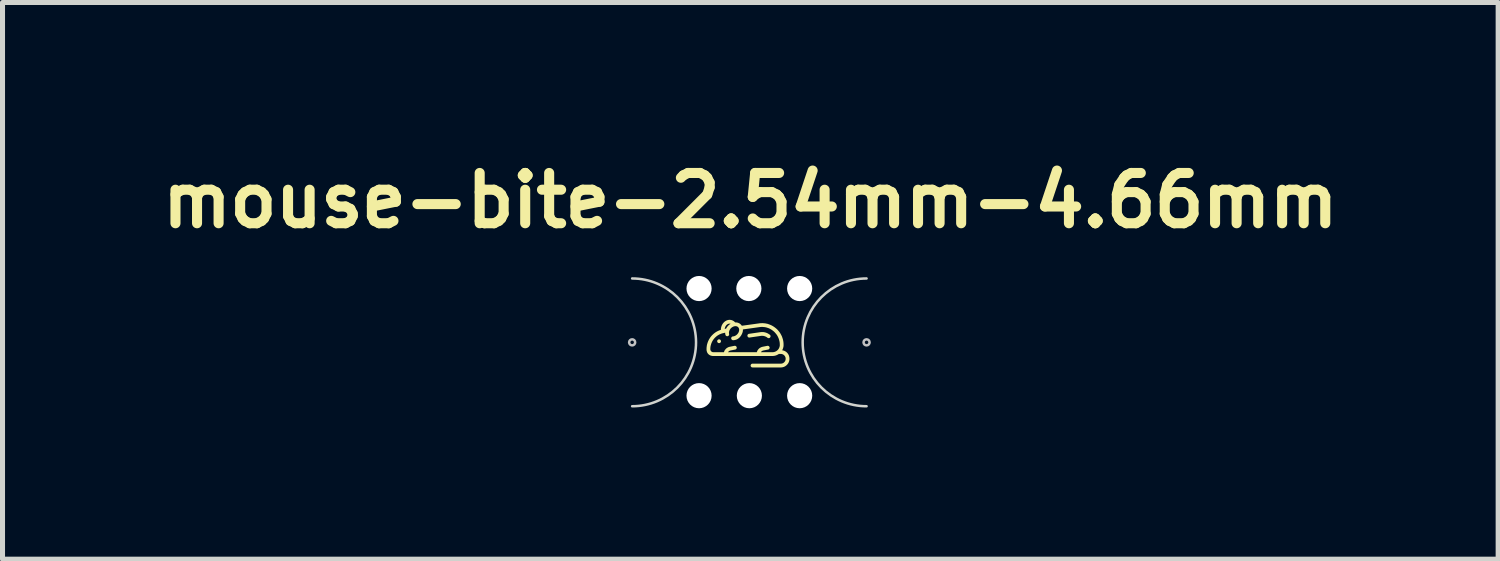
<source format=kicad_pcb>
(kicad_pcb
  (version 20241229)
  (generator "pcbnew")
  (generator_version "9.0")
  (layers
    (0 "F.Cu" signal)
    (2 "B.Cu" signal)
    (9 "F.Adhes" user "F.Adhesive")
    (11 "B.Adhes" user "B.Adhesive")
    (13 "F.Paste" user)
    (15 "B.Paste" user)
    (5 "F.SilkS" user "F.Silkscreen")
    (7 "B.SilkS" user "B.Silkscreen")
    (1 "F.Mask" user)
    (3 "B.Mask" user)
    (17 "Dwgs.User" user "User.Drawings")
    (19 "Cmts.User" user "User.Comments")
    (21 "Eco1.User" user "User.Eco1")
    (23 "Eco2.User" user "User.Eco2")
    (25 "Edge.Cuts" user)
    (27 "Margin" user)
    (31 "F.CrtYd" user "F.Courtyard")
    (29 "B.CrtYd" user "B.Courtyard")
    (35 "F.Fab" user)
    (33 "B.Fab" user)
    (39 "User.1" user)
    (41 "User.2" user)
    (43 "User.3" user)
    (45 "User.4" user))
  (footprint "mouse-bite-2.54mm-4.66mm"
    (layer "F.Cu")
    (at 11.847 3.756)
    (property "Reference" "mouse-bite-2.54mm-4.66mm" (at 0.02 -2.82 0) (layer "F.SilkS") (effects (font (size 1 1) (thickness 0.2))))
    (attr through_hole)
    (fp_poly (pts (xy -0.6 -0.06) (xy -0.598 -0.06) (xy -0.596 -0.06) (xy -0.594 -0.059) (xy -0.593 -0.059) (xy -0.591 -0.058) (xy -0.589 -0.058) (xy -0.587 -0.057) (xy -0.586 -0.056) (xy -0.584 -0.056) (xy -0.582 -0.055) (xy -0.581 -0.054) (xy -0.579 -0.053) (xy -0.578 -0.051) (xy -0.577 -0.05) (xy -0.575 -0.049) (xy -0.574 -0.048) (xy -0.573 -0.046) (xy -0.572 -0.045) (xy -0.571 -0.043) (xy -0.57 -0.042) (xy -0.569 -0.04) (xy -0.568 -0.039) (xy -0.567 -0.037) (xy -0.567 -0.035) (xy -0.566 -0.034) (xy -0.566 -0.032) (xy -0.565 -0.03) (xy -0.565 -0.028) (xy -0.565 -0.026) (xy -0.564 -0.024) (xy -0.564 -0.022) (xy -0.564 -0.021) (xy -0.565 -0.019) (xy -0.565 -0.017) (xy -0.565 -0.015) (xy -0.566 -0.013) (xy -0.566 -0.011) (xy -0.567 -0.01) (xy -0.567 -0.008) (xy -0.568 -0.006) (xy -0.569 -0.005) (xy -0.57 -0.003) (xy -0.571 -0.001) (xy -0.572 0.000034) (xy -0.573 0.001) (xy -0.574 0.003) (xy -0.575 0.004) (xy -0.577 0.005) (xy -0.578 0.007) (xy -0.579 0.008) (xy -0.581 0.009) (xy -0.582 0.01) (xy -0.584 0.011) (xy -0.586 0.011) (xy -0.587 0.012) (xy -0.589 0.013) (xy -0.591 0.013) (xy -0.593 0.014) (xy -0.594 0.014) (xy -0.596 0.015) (xy -0.598 0.015) (xy -0.6 0.015) (xy -0.602 0.015) (xy -0.604 0.015) (xy -0.606 0.015) (xy -0.608 0.015) (xy -0.61 0.014) (xy -0.611 0.014) (xy -0.613 0.013) (xy -0.615 0.013) (xy -0.617 0.012) (xy -0.618 0.011) (xy -0.62 0.011) (xy -0.621 0.01) (xy -0.623 0.009) (xy -0.624 0.008) (xy -0.626 0.007) (xy -0.627 0.005) (xy -0.629 0.004) (xy -0.63 0.003) (xy -0.631 0.001) (xy -0.632 0.000034) (xy -0.633 -0.001) (xy -0.634 -0.003) (xy -0.635 -0.005) (xy -0.636 -0.006) (xy -0.637 -0.008) (xy -0.637 -0.01) (xy -0.638 -0.011) (xy -0.638 -0.013) (xy -0.639 -0.015) (xy -0.639 -0.017) (xy -0.639 -0.019) (xy -0.639 -0.021) (xy -0.64 -0.022) (xy -0.639 -0.024) (xy -0.639 -0.026) (xy -0.639 -0.028) (xy -0.639 -0.03) (xy -0.638 -0.032) (xy -0.638 -0.034) (xy -0.637 -0.035) (xy -0.637 -0.037) (xy -0.636 -0.039) (xy -0.635 -0.04) (xy -0.634 -0.042) (xy -0.633 -0.043) (xy -0.632 -0.045) (xy -0.631 -0.046) (xy -0.63 -0.048) (xy -0.629 -0.049) (xy -0.627 -0.05) (xy -0.626 -0.051) (xy -0.624 -0.053) (xy -0.623 -0.054) (xy -0.621 -0.055) (xy -0.62 -0.056) (xy -0.618 -0.056) (xy -0.617 -0.057) (xy -0.615 -0.058) (xy -0.613 -0.058) (xy -0.611 -0.059) (xy -0.61 -0.059) (xy -0.608 -0.06) (xy -0.606 -0.06) (xy -0.604 -0.06) (xy -0.602 -0.06)) (stroke (width -0.000001) (type solid)) (fill yes) (layer "F.SilkS"))
    (fp_poly (pts (xy 0.258 -0.205) (xy 0.266 -0.205) (xy 0.273 -0.204) (xy 0.28 -0.204) (xy 0.286 -0.203) (xy 0.293 -0.202) (xy 0.3 -0.201) (xy 0.307 -0.199) (xy 0.313 -0.198) (xy 0.32 -0.196) (xy 0.326 -0.194) (xy 0.332 -0.192) (xy 0.337 -0.19) (xy 0.343 -0.188) (xy 0.348 -0.186) (xy 0.353 -0.184) (xy 0.358 -0.181) (xy 0.364 -0.179) (xy 0.369 -0.176) (xy 0.374 -0.173) (xy 0.379 -0.17) (xy 0.384 -0.167) (xy 0.388 -0.164) (xy 0.393 -0.161) (xy 0.398 -0.158) (xy 0.403 -0.154) (xy 0.407 -0.151) (xy 0.409 -0.15) (xy 0.41 -0.148) (xy 0.411 -0.147) (xy 0.413 -0.146) (xy 0.414 -0.144) (xy 0.415 -0.143) (xy 0.416 -0.141) (xy 0.417 -0.139) (xy 0.418 -0.138) (xy 0.418 -0.136) (xy 0.419 -0.134) (xy 0.42 -0.133) (xy 0.42 -0.131) (xy 0.421 -0.129) (xy 0.421 -0.128) (xy 0.421 -0.126) (xy 0.421 -0.124) (xy 0.421 -0.122) (xy 0.421 -0.12) (xy 0.421 -0.119) (xy 0.421 -0.117) (xy 0.421 -0.115) (xy 0.42 -0.113) (xy 0.42 -0.111) (xy 0.419 -0.11) (xy 0.419 -0.108) (xy 0.418 -0.106) (xy 0.417 -0.104) (xy 0.416 -0.103) (xy 0.415 -0.101) (xy 0.414 -0.1) (xy 0.413 -0.098) (xy 0.412 -0.096) (xy 0.41 -0.095) (xy 0.409 -0.093) (xy 0.407 -0.092) (xy 0.405 -0.091) (xy 0.404 -0.089) (xy 0.402 -0.088) (xy 0.4 -0.087) (xy 0.398 -0.087) (xy 0.396 -0.086) (xy 0.394 -0.085) (xy 0.392 -0.085) (xy 0.39 -0.084) (xy 0.388 -0.084) (xy 0.386 -0.084) (xy 0.384 -0.084) (xy 0.382 -0.084) (xy 0.38 -0.084) (xy 0.378 -0.084) (xy 0.376 -0.084) (xy 0.375 -0.085) (xy 0.373 -0.085) (xy 0.372 -0.085) (xy 0.37 -0.086) (xy 0.369 -0.086) (xy 0.368 -0.087) (xy 0.366 -0.088) (xy 0.365 -0.088) (xy 0.364 -0.089) (xy 0.363 -0.09) (xy 0.362 -0.091) (xy 0.36 -0.092) (xy 0.357 -0.094) (xy 0.354 -0.097) (xy 0.35 -0.099) (xy 0.347 -0.101) (xy 0.344 -0.104) (xy 0.34 -0.106) (xy 0.337 -0.108) (xy 0.333 -0.11) (xy 0.33 -0.111) (xy 0.326 -0.113) (xy 0.322 -0.115) (xy 0.319 -0.117) (xy 0.315 -0.118) (xy 0.311 -0.12) (xy 0.307 -0.121) (xy 0.303 -0.122) (xy 0.3 -0.123) (xy 0.297 -0.124) (xy 0.294 -0.125) (xy 0.291 -0.126) (xy 0.285 -0.127) (xy 0.279 -0.128) (xy 0.273 -0.129) (xy 0.266 -0.129) (xy 0.259 -0.13) (xy 0.253 -0.13) (xy 0.247 -0.13) (xy 0.242 -0.13) (xy 0.239 -0.129) (xy 0.236 -0.129) (xy 0.233 -0.129) (xy 0.231 -0.129) (xy 0.225 -0.128) (xy 0.004 -0.096) (xy 0.002 -0.096) (xy 0.00042 -0.095) (xy -0.001 -0.095) (xy -0.003 -0.095) (xy -0.005 -0.096) (xy -0.007 -0.096) (xy -0.009 -0.096) (xy -0.011 -0.097) (xy -0.012 -0.097) (xy -0.014 -0.098) (xy -0.016 -0.098) (xy -0.017 -0.099) (xy -0.019 -0.1) (xy -0.021 -0.101) (xy -0.022 -0.102) (xy -0.024 -0.103) (xy -0.025 -0.104) (xy -0.026 -0.105) (xy -0.028 -0.106) (xy -0.029 -0.108) (xy -0.03 -0.109) (xy -0.031 -0.111) (xy -0.032 -0.112) (xy -0.033 -0.114) (xy -0.034 -0.115) (xy -0.035 -0.117) (xy -0.036 -0.119) (xy -0.037 -0.12) (xy -0.037 -0.122) (xy -0.038 -0.124) (xy -0.038 -0.126) (xy -0.038 -0.128) (xy -0.039 -0.13) (xy -0.039 -0.131) (xy -0.039 -0.133) (xy -0.039 -0.135) (xy -0.039 -0.137) (xy -0.038 -0.139) (xy -0.038 -0.141) (xy -0.038 -0.143) (xy -0.037 -0.144) (xy -0.036 -0.146) (xy -0.036 -0.148) (xy -0.035 -0.149) (xy -0.034 -0.151) (xy -0.033 -0.153) (xy -0.032 -0.154) (xy -0.031 -0.156) (xy -0.03 -0.157) (xy -0.029 -0.158) (xy -0.028 -0.16) (xy -0.026 -0.161) (xy -0.025 -0.162) (xy -0.024 -0.163) (xy -0.022 -0.164) (xy -0.021 -0.165) (xy -0.019 -0.166) (xy -0.017 -0.167) (xy -0.016 -0.168) (xy -0.014 -0.168) (xy -0.012 -0.169) (xy -0.01 -0.17) (xy -0.008 -0.17) (xy -0.006 -0.17) (xy 0.215 -0.202) (xy 0.222 -0.203) (xy 0.23 -0.204) (xy 0.237 -0.205) (xy 0.244 -0.205) (xy 0.251 -0.205)) (stroke (width -0.000001) (type solid)) (fill yes) (layer "F.SilkS"))
    (fp_poly (pts (xy -0.38 -0.447) (xy -0.372 -0.446) (xy -0.365 -0.445) (xy -0.359 -0.444) (xy -0.353 -0.442) (xy -0.347 -0.44) (xy -0.341 -0.438) (xy -0.335 -0.435) (xy -0.329 -0.433) (xy -0.323 -0.43) (xy -0.318 -0.426) (xy -0.312 -0.423) (xy -0.307 -0.419) (xy -0.302 -0.415) (xy -0.297 -0.411) (xy -0.292 -0.407) (xy -0.287 -0.402) (xy -0.283 -0.397) (xy -0.276 -0.397) (xy -0.27 -0.397) (xy -0.264 -0.397) (xy -0.258 -0.396) (xy -0.252 -0.395) (xy -0.246 -0.394) (xy -0.24 -0.393) (xy -0.234 -0.392) (xy -0.228 -0.39) (xy -0.222 -0.388) (xy -0.217 -0.386) (xy -0.211 -0.383) (xy -0.206 -0.381) (xy -0.2 -0.378) (xy -0.195 -0.375) (xy -0.19 -0.372) (xy -0.187 -0.369) (xy -0.184 -0.367) (xy -0.181 -0.365) (xy -0.179 -0.363) (xy -0.176 -0.36) (xy -0.173 -0.358) (xy -0.17 -0.355) (xy -0.168 -0.353) (xy -0.165 -0.35) (xy -0.163 -0.347) (xy -0.161 -0.344) (xy -0.158 -0.342) (xy -0.156 -0.339) (xy -0.154 -0.336) (xy -0.152 -0.333) (xy -0.15 -0.33) (xy 0.191 -0.377) (xy 0.203 -0.379) (xy 0.215 -0.38) (xy 0.227 -0.381) (xy 0.239 -0.381) (xy 0.251 -0.382) (xy 0.263 -0.382) (xy 0.275 -0.381) (xy 0.287 -0.38) (xy 0.299 -0.379) (xy 0.311 -0.378) (xy 0.323 -0.376) (xy 0.335 -0.374) (xy 0.346 -0.371) (xy 0.358 -0.369) (xy 0.369 -0.366) (xy 0.38 -0.362) (xy 0.413 -0.35) (xy 0.444 -0.336) (xy 0.474 -0.319) (xy 0.502 -0.3) (xy 0.529 -0.279) (xy 0.554 -0.257) (xy 0.576 -0.232) (xy 0.597 -0.206) (xy 0.616 -0.178) (xy 0.632 -0.149) (xy 0.647 -0.119) (xy 0.658 -0.087) (xy 0.668 -0.055) (xy 0.675 -0.021) (xy 0.679 0.013) (xy 0.68 0.048) (xy 0.68 0.056) (xy 0.68 0.063) (xy 0.679 0.07) (xy 0.679 0.077) (xy 0.678 0.084) (xy 0.676 0.091) (xy 0.675 0.098) (xy 0.673 0.105) (xy 0.671 0.112) (xy 0.669 0.119) (xy 0.667 0.125) (xy 0.664 0.132) (xy 0.661 0.138) (xy 0.659 0.145) (xy 0.655 0.151) (xy 0.652 0.157) (xy 0.667 0.16) (xy 0.682 0.164) (xy 0.696 0.169) (xy 0.709 0.176) (xy 0.716 0.179) (xy 0.722 0.183) (xy 0.728 0.187) (xy 0.734 0.191) (xy 0.739 0.196) (xy 0.745 0.201) (xy 0.75 0.206) (xy 0.755 0.211) (xy 0.76 0.217) (xy 0.764 0.223) (xy 0.768 0.229) (xy 0.772 0.235) (xy 0.776 0.241) (xy 0.78 0.248) (xy 0.783 0.255) (xy 0.786 0.262) (xy 0.788 0.269) (xy 0.79 0.277) (xy 0.792 0.285) (xy 0.794 0.293) (xy 0.795 0.301) (xy 0.796 0.309) (xy 0.796 0.318) (xy 0.797 0.327) (xy 0.796 0.336) (xy 0.796 0.344) (xy 0.795 0.353) (xy 0.793 0.361) (xy 0.791 0.37) (xy 0.789 0.378) (xy 0.786 0.386) (xy 0.783 0.394) (xy 0.78 0.401) (xy 0.776 0.409) (xy 0.772 0.416) (xy 0.767 0.423) (xy 0.762 0.429) (xy 0.757 0.436) (xy 0.752 0.442) (xy 0.746 0.448) (xy 0.74 0.454) (xy 0.734 0.459) (xy 0.727 0.464) (xy 0.721 0.469) (xy 0.714 0.474) (xy 0.707 0.478) (xy 0.699 0.482) (xy 0.692 0.485) (xy 0.684 0.488) (xy 0.676 0.491) (xy 0.668 0.493) (xy 0.659 0.495) (xy 0.651 0.497) (xy 0.642 0.498) (xy 0.634 0.498) (xy 0.625 0.499) (xy 0.063 0.499) (xy 0.061 0.498) (xy 0.059 0.498) (xy 0.057 0.498) (xy 0.055 0.498) (xy 0.053 0.497) (xy 0.052 0.497) (xy 0.05 0.496) (xy 0.048 0.496) (xy 0.046 0.495) (xy 0.045 0.494) (xy 0.043 0.493) (xy 0.042 0.492) (xy 0.04 0.491) (xy 0.039 0.49) (xy 0.038 0.489) (xy 0.036 0.488) (xy 0.035 0.486) (xy 0.034 0.485) (xy 0.033 0.483) (xy 0.032 0.482) (xy 0.031 0.48) (xy 0.03 0.479) (xy 0.029 0.477) (xy 0.028 0.476) (xy 0.027 0.474) (xy 0.027 0.472) (xy 0.026 0.47) (xy 0.026 0.469) (xy 0.026 0.467) (xy 0.025 0.465) (xy 0.025 0.463) (xy 0.025 0.461) (xy 0.025 0.459) (xy 0.025 0.457) (xy 0.026 0.455) (xy 0.026 0.453) (xy 0.026 0.452) (xy 0.027 0.45) (xy 0.027 0.448) (xy 0.028 0.446) (xy 0.029 0.445) (xy 0.03 0.443) (xy 0.031 0.441) (xy 0.032 0.44) (xy 0.033 0.438) (xy 0.034 0.437) (xy 0.035 0.436) (xy 0.036 0.434) (xy 0.038 0.433) (xy 0.039 0.432) (xy 0.04 0.431) (xy 0.042 0.43) (xy 0.043 0.429) (xy 0.045 0.428) (xy 0.046 0.427) (xy 0.048 0.426) (xy 0.05 0.426) (xy 0.052 0.425) (xy 0.053 0.425) (xy 0.055 0.424) (xy 0.057 0.424) (xy 0.059 0.424) (xy 0.061 0.423) (xy 0.063 0.423) (xy 0.625 0.423) (xy 0.63 0.423) (xy 0.635 0.423) (xy 0.64 0.422) (xy 0.644 0.421) (xy 0.649 0.42) (xy 0.654 0.419) (xy 0.658 0.417) (xy 0.662 0.416) (xy 0.667 0.414) (xy 0.671 0.412) (xy 0.675 0.409) (xy 0.679 0.407) (xy 0.683 0.404) (xy 0.686 0.401) (xy 0.69 0.398) (xy 0.693 0.395) (xy 0.696 0.392) (xy 0.699 0.388) (xy 0.702 0.384) (xy 0.705 0.381) (xy 0.708 0.377) (xy 0.71 0.373) (xy 0.712 0.369) (xy 0.714 0.364) (xy 0.716 0.36) (xy 0.717 0.355) (xy 0.719 0.351) (xy 0.72 0.346) (xy 0.72 0.341) (xy 0.721 0.337) (xy 0.721 0.332) (xy 0.722 0.327) (xy 0.721 0.322) (xy 0.721 0.317) (xy 0.72 0.312) (xy 0.72 0.307) (xy 0.719 0.303) (xy 0.717 0.298) (xy 0.716 0.293) (xy 0.714 0.289) (xy 0.712 0.285) (xy 0.71 0.281) (xy 0.708 0.277) (xy 0.705 0.273) (xy 0.702 0.269) (xy 0.699 0.265) (xy 0.696 0.262) (xy 0.693 0.258) (xy 0.69 0.255) (xy 0.686 0.252) (xy 0.683 0.249) (xy 0.679 0.247) (xy 0.675 0.244) (xy 0.671 0.242) (xy 0.667 0.24) (xy 0.662 0.238) (xy 0.658 0.236) (xy 0.654 0.234) (xy 0.649 0.233) (xy 0.644 0.232) (xy 0.64 0.231) (xy 0.635 0.23) (xy 0.63 0.23) (xy 0.625 0.23) (xy 0.587 0.23) (xy 0.58 0.235) (xy 0.573 0.239) (xy 0.565 0.243) (xy 0.558 0.247) (xy 0.55 0.251) (xy 0.543 0.254) (xy 0.535 0.257) (xy 0.527 0.26) (xy 0.518 0.263) (xy 0.51 0.265) (xy 0.502 0.267) (xy 0.493 0.268) (xy 0.484 0.27) (xy 0.476 0.27) (xy 0.467 0.271) (xy 0.458 0.271) (xy -0.715 0.271) (xy -0.729 0.271) (xy -0.736 0.27) (xy -0.743 0.269) (xy -0.749 0.268) (xy -0.756 0.266) (xy -0.762 0.265) (xy -0.768 0.263) (xy -0.774 0.26) (xy -0.78 0.258) (xy -0.786 0.255) (xy -0.791 0.252) (xy -0.797 0.248) (xy -0.802 0.245) (xy -0.807 0.241) (xy -0.811 0.237) (xy -0.816 0.232) (xy -0.82 0.228) (xy -0.824 0.223) (xy -0.828 0.218) (xy -0.832 0.212) (xy -0.835 0.207) (xy -0.838 0.201) (xy -0.841 0.194) (xy -0.843 0.188) (xy -0.845 0.181) (xy -0.847 0.174) (xy -0.849 0.167) (xy -0.85 0.159) (xy -0.851 0.151) (xy -0.851 0.143) (xy -0.851 0.135) (xy -0.776 0.135) (xy -0.776 0.138) (xy -0.776 0.141) (xy -0.776 0.144) (xy -0.775 0.147) (xy -0.774 0.15) (xy -0.773 0.153) (xy -0.773 0.156) (xy -0.771 0.159) (xy -0.77 0.162) (xy -0.769 0.164) (xy -0.767 0.167) (xy -0.766 0.169) (xy -0.764 0.172) (xy -0.762 0.174) (xy -0.76 0.176) (xy -0.758 0.178) (xy -0.756 0.18) (xy -0.754 0.182) (xy -0.752 0.184) (xy -0.749 0.186) (xy -0.747 0.187) (xy -0.744 0.189) (xy -0.742 0.19) (xy -0.739 0.191) (xy -0.736 0.192) (xy -0.733 0.193) (xy -0.73 0.194) (xy -0.728 0.195) (xy -0.725 0.195) (xy -0.721 0.196) (xy -0.718 0.196) (xy -0.715 0.196) (xy -0.505 0.196) (xy -0.502 0.186) (xy -0.499 0.177) (xy -0.495 0.167) (xy -0.49 0.158) (xy -0.484 0.15) (xy -0.478 0.142) (xy -0.471 0.134) (xy -0.464 0.126) (xy -0.457 0.12) (xy -0.448 0.113) (xy -0.44 0.108) (xy -0.431 0.103) (xy -0.422 0.098) (xy -0.412 0.094) (xy -0.402 0.091) (xy -0.391 0.088) (xy -0.296 0.069) (xy -0.294 0.069) (xy -0.292 0.069) (xy -0.29 0.069) (xy -0.288 0.069) (xy -0.287 0.069) (xy -0.285 0.069) (xy -0.283 0.069) (xy -0.281 0.069) (xy -0.279 0.07) (xy -0.277 0.07) (xy -0.276 0.071) (xy -0.274 0.072) (xy -0.272 0.072) (xy -0.271 0.073) (xy -0.269 0.074) (xy -0.268 0.075) (xy -0.266 0.076) (xy -0.265 0.077) (xy -0.263 0.078) (xy -0.262 0.08) (xy -0.261 0.081) (xy -0.26 0.082) (xy -0.259 0.084) (xy -0.257 0.085) (xy -0.256 0.087) (xy -0.256 0.088) (xy -0.255 0.09) (xy -0.254 0.092) (xy -0.253 0.093) (xy -0.253 0.095) (xy -0.252 0.097) (xy -0.252 0.099) (xy -0.251 0.101) (xy -0.251 0.103) (xy -0.251 0.105) (xy -0.251 0.106) (xy -0.251 0.108) (xy -0.251 0.11) (xy -0.251 0.112) (xy -0.252 0.114) (xy -0.252 0.116) (xy -0.253 0.117) (xy -0.253 0.119) (xy -0.254 0.121) (xy -0.255 0.122) (xy -0.255 0.124) (xy -0.256 0.126) (xy -0.257 0.127) (xy -0.258 0.129) (xy -0.259 0.13) (xy -0.261 0.131) (xy -0.262 0.133) (xy -0.263 0.134) (xy -0.264 0.135) (xy -0.266 0.136) (xy -0.267 0.137) (xy -0.269 0.138) (xy -0.271 0.139) (xy -0.272 0.14) (xy -0.274 0.141) (xy -0.276 0.142) (xy -0.277 0.142) (xy -0.279 0.143) (xy -0.281 0.143) (xy -0.377 0.162) (xy -0.38 0.163) (xy -0.384 0.164) (xy -0.388 0.165) (xy -0.391 0.167) (xy -0.395 0.168) (xy -0.398 0.17) (xy -0.401 0.172) (xy -0.404 0.174) (xy -0.407 0.177) (xy -0.41 0.179) (xy -0.413 0.182) (xy -0.416 0.184) (xy -0.418 0.187) (xy -0.42 0.19) (xy -0.423 0.193) (xy -0.425 0.196) (xy 0.148 0.196) (xy 0.151 0.186) (xy 0.155 0.177) (xy 0.159 0.167) (xy 0.164 0.158) (xy 0.17 0.15) (xy 0.176 0.142) (xy 0.182 0.134) (xy 0.19 0.126) (xy 0.197 0.12) (xy 0.205 0.113) (xy 0.214 0.108) (xy 0.223 0.103) (xy 0.232 0.098) (xy 0.242 0.094) (xy 0.252 0.091) (xy 0.262 0.088) (xy 0.358 0.069) (xy 0.36 0.069) (xy 0.362 0.069) (xy 0.364 0.069) (xy 0.365 0.069) (xy 0.367 0.069) (xy 0.369 0.069) (xy 0.371 0.069) (xy 0.373 0.069) (xy 0.375 0.07) (xy 0.376 0.07) (xy 0.378 0.071) (xy 0.38 0.072) (xy 0.381 0.072) (xy 0.383 0.073) (xy 0.385 0.074) (xy 0.386 0.075) (xy 0.388 0.076) (xy 0.389 0.077) (xy 0.39 0.078) (xy 0.392 0.08) (xy 0.393 0.081) (xy 0.394 0.082) (xy 0.395 0.084) (xy 0.396 0.085) (xy 0.397 0.087) (xy 0.398 0.088) (xy 0.399 0.09) (xy 0.4 0.092) (xy 0.401 0.093) (xy 0.401 0.095) (xy 0.402 0.097) (xy 0.402 0.099) (xy 0.402 0.101) (xy 0.403 0.103) (xy 0.403 0.105) (xy 0.403 0.106) (xy 0.403 0.108) (xy 0.403 0.11) (xy 0.402 0.112) (xy 0.402 0.114) (xy 0.402 0.116) (xy 0.401 0.117) (xy 0.401 0.119) (xy 0.4 0.121) (xy 0.399 0.122) (xy 0.398 0.124) (xy 0.397 0.126) (xy 0.397 0.127) (xy 0.395 0.129) (xy 0.394 0.13) (xy 0.393 0.131) (xy 0.392 0.133) (xy 0.391 0.134) (xy 0.389 0.135) (xy 0.388 0.136) (xy 0.386 0.137) (xy 0.385 0.138) (xy 0.383 0.139) (xy 0.382 0.14) (xy 0.38 0.141) (xy 0.378 0.142) (xy 0.376 0.142) (xy 0.375 0.143) (xy 0.373 0.143) (xy 0.277 0.162) (xy 0.273 0.163) (xy 0.27 0.164) (xy 0.266 0.165) (xy 0.263 0.167) (xy 0.259 0.168) (xy 0.256 0.17) (xy 0.252 0.172) (xy 0.249 0.174) (xy 0.246 0.177) (xy 0.243 0.179) (xy 0.241 0.182) (xy 0.238 0.184) (xy 0.236 0.187) (xy 0.233 0.19) (xy 0.231 0.193) (xy 0.229 0.196) (xy 0.458 0.196) (xy 0.465 0.196) (xy 0.473 0.195) (xy 0.48 0.194) (xy 0.488 0.193) (xy 0.495 0.191) (xy 0.502 0.189) (xy 0.508 0.187) (xy 0.515 0.184) (xy 0.522 0.182) (xy 0.528 0.178) (xy 0.534 0.175) (xy 0.54 0.171) (xy 0.546 0.167) (xy 0.552 0.162) (xy 0.557 0.158) (xy 0.562 0.153) (xy 0.567 0.148) (xy 0.572 0.142) (xy 0.576 0.137) (xy 0.58 0.131) (xy 0.584 0.125) (xy 0.588 0.119) (xy 0.591 0.112) (xy 0.594 0.106) (xy 0.596 0.099) (xy 0.599 0.092) (xy 0.601 0.085) (xy 0.602 0.078) (xy 0.604 0.071) (xy 0.605 0.064) (xy 0.605 0.056) (xy 0.605 0.048) (xy 0.605 0.034) (xy 0.604 0.02) (xy 0.603 0.005) (xy 0.601 -0.009) (xy 0.598 -0.023) (xy 0.595 -0.036) (xy 0.591 -0.05) (xy 0.587 -0.063) (xy 0.583 -0.076) (xy 0.577 -0.089) (xy 0.572 -0.102) (xy 0.566 -0.114) (xy 0.559 -0.127) (xy 0.552 -0.139) (xy 0.545 -0.15) (xy 0.537 -0.161) (xy 0.528 -0.172) (xy 0.519 -0.183) (xy 0.51 -0.193) (xy 0.501 -0.203) (xy 0.491 -0.213) (xy 0.48 -0.222) (xy 0.469 -0.231) (xy 0.458 -0.239) (xy 0.447 -0.247) (xy 0.435 -0.255) (xy 0.423 -0.262) (xy 0.41 -0.269) (xy 0.398 -0.275) (xy 0.384 -0.281) (xy 0.371 -0.286) (xy 0.357 -0.29) (xy 0.348 -0.293) (xy 0.339 -0.296) (xy 0.329 -0.298) (xy 0.32 -0.3) (xy 0.31 -0.302) (xy 0.301 -0.303) (xy 0.291 -0.304) (xy 0.281 -0.305) (xy 0.271 -0.306) (xy 0.261 -0.306) (xy 0.251 -0.306) (xy 0.241 -0.306) (xy 0.231 -0.306) (xy 0.221 -0.305) (xy 0.211 -0.304) (xy 0.201 -0.303) (xy -0.128 -0.257) (xy -0.128 -0.248) (xy -0.128 -0.24) (xy -0.129 -0.232) (xy -0.13 -0.223) (xy -0.131 -0.215) (xy -0.133 -0.207) (xy -0.136 -0.198) (xy -0.138 -0.19) (xy -0.141 -0.182) (xy -0.145 -0.174) (xy -0.148 -0.166) (xy -0.152 -0.158) (xy -0.157 -0.15) (xy -0.161 -0.142) (xy -0.166 -0.134) (xy -0.171 -0.127) (xy -0.177 -0.119) (xy -0.182 -0.112) (xy -0.188 -0.106) (xy -0.193 -0.099) (xy -0.199 -0.094) (xy -0.205 -0.088) (xy -0.211 -0.084) (xy -0.216 -0.079) (xy -0.222 -0.075) (xy -0.228 -0.071) (xy -0.234 -0.067) (xy -0.239 -0.064) (xy -0.245 -0.061) (xy -0.251 -0.059) (xy -0.256 -0.056) (xy -0.261 -0.054) (xy -0.272 -0.051) (xy -0.282 -0.048) (xy -0.291 -0.046) (xy -0.299 -0.045) (xy -0.307 -0.044) (xy -0.314 -0.043) (xy -0.323 -0.043) (xy -0.325 -0.043) (xy -0.327 -0.043) (xy -0.329 -0.043) (xy -0.331 -0.044) (xy -0.332 -0.044) (xy -0.334 -0.045) (xy -0.336 -0.045) (xy -0.337 -0.046) (xy -0.339 -0.046) (xy -0.34 -0.047) (xy -0.342 -0.048) (xy -0.343 -0.049) (xy -0.345 -0.05) (xy -0.346 -0.051) (xy -0.348 -0.052) (xy -0.349 -0.053) (xy -0.35 -0.054) (xy -0.351 -0.056) (xy -0.352 -0.057) (xy -0.353 -0.058) (xy -0.354 -0.06) (xy -0.355 -0.061) (xy -0.356 -0.063) (xy -0.357 -0.064) (xy -0.358 -0.066) (xy -0.358 -0.067) (xy -0.359 -0.069) (xy -0.36 -0.071) (xy -0.36 -0.073) (xy -0.36 -0.074) (xy -0.361 -0.076) (xy -0.361 -0.078) (xy -0.361 -0.08) (xy -0.361 -0.082) (xy -0.361 -0.084) (xy -0.361 -0.086) (xy -0.36 -0.087) (xy -0.36 -0.089) (xy -0.359 -0.091) (xy -0.359 -0.093) (xy -0.358 -0.095) (xy -0.358 -0.096) (xy -0.357 -0.098) (xy -0.356 -0.099) (xy -0.355 -0.101) (xy -0.354 -0.102) (xy -0.353 -0.104) (xy -0.352 -0.105) (xy -0.351 -0.107) (xy -0.349 -0.108) (xy -0.348 -0.109) (xy -0.346 -0.11) (xy -0.345 -0.111) (xy -0.344 -0.112) (xy -0.342 -0.113) (xy -0.34 -0.114) (xy -0.339 -0.115) (xy -0.337 -0.116) (xy -0.335 -0.116) (xy -0.333 -0.117) (xy -0.332 -0.117) (xy -0.33 -0.118) (xy -0.328 -0.118) (xy -0.326 -0.118) (xy -0.319 -0.119) (xy -0.313 -0.12) (xy -0.306 -0.121) (xy -0.3 -0.123) (xy -0.293 -0.126) (xy -0.287 -0.128) (xy -0.281 -0.131) (xy -0.275 -0.135) (xy -0.268 -0.138) (xy -0.263 -0.142) (xy -0.257 -0.147) (xy -0.251 -0.151) (xy -0.246 -0.156) (xy -0.241 -0.161) (xy -0.236 -0.167) (xy -0.231 -0.173) (xy -0.227 -0.178) (xy -0.223 -0.183) (xy -0.22 -0.189) (xy -0.217 -0.195) (xy -0.214 -0.2) (xy -0.212 -0.206) (xy -0.21 -0.212) (xy -0.208 -0.217) (xy -0.206 -0.223) (xy -0.205 -0.229) (xy -0.204 -0.235) (xy -0.203 -0.24) (xy -0.203 -0.246) (xy -0.203 -0.252) (xy -0.203 -0.257) (xy -0.204 -0.263) (xy -0.205 -0.266) (xy -0.205 -0.268) (xy -0.206 -0.271) (xy -0.207 -0.274) (xy -0.208 -0.277) (xy -0.209 -0.28) (xy -0.21 -0.283) (xy -0.212 -0.287) (xy -0.214 -0.29) (xy -0.216 -0.293) (xy -0.218 -0.296) (xy -0.22 -0.299) (xy -0.223 -0.302) (xy -0.224 -0.303) (xy -0.226 -0.304) (xy -0.227 -0.306) (xy -0.229 -0.307) (xy -0.231 -0.308) (xy -0.232 -0.31) (xy -0.236 -0.312) (xy -0.24 -0.314) (xy -0.244 -0.316) (xy -0.249 -0.318) (xy -0.253 -0.319) (xy -0.257 -0.32) (xy -0.262 -0.321) (xy -0.267 -0.321) (xy -0.271 -0.322) (xy -0.276 -0.322) (xy -0.281 -0.322) (xy -0.286 -0.321) (xy -0.291 -0.321) (xy -0.296 -0.32) (xy -0.301 -0.319) (xy -0.306 -0.317) (xy -0.311 -0.316) (xy -0.316 -0.314) (xy -0.321 -0.312) (xy -0.325 -0.31) (xy -0.33 -0.307) (xy -0.335 -0.305) (xy -0.34 -0.302) (xy -0.344 -0.299) (xy -0.349 -0.296) (xy -0.353 -0.292) (xy -0.358 -0.288) (xy -0.362 -0.285) (xy -0.366 -0.281) (xy -0.37 -0.276) (xy -0.374 -0.272) (xy -0.378 -0.267) (xy -0.382 -0.261) (xy -0.386 -0.255) (xy -0.39 -0.249) (xy -0.393 -0.243) (xy -0.396 -0.237) (xy -0.398 -0.231) (xy -0.4 -0.224) (xy -0.402 -0.218) (xy -0.404 -0.212) (xy -0.405 -0.205) (xy -0.405 -0.199) (xy -0.406 -0.193) (xy -0.406 -0.187) (xy -0.405 -0.181) (xy -0.404 -0.175) (xy -0.403 -0.169) (xy -0.403 -0.167) (xy -0.402 -0.165) (xy -0.402 -0.163) (xy -0.402 -0.162) (xy -0.402 -0.16) (xy -0.402 -0.158) (xy -0.402 -0.156) (xy -0.402 -0.154) (xy -0.402 -0.152) (xy -0.403 -0.151) (xy -0.403 -0.149) (xy -0.404 -0.147) (xy -0.404 -0.145) (xy -0.405 -0.144) (xy -0.406 -0.142) (xy -0.407 -0.141) (xy -0.408 -0.139) (xy -0.409 -0.138) (xy -0.41 -0.136) (xy -0.411 -0.135) (xy -0.412 -0.133) (xy -0.414 -0.132) (xy -0.415 -0.131) (xy -0.416 -0.13) (xy -0.418 -0.129) (xy -0.419 -0.128) (xy -0.421 -0.127) (xy -0.423 -0.126) (xy -0.424 -0.125) (xy -0.426 -0.124) (xy -0.428 -0.124) (xy -0.43 -0.123) (xy -0.432 -0.123) (xy -0.434 -0.122) (xy -0.436 -0.122) (xy -0.437 -0.122) (xy -0.439 -0.122) (xy -0.441 -0.122) (xy -0.443 -0.122) (xy -0.445 -0.122) (xy -0.447 -0.123) (xy -0.448 -0.123) (xy -0.45 -0.124) (xy -0.452 -0.124) (xy -0.454 -0.125) (xy -0.455 -0.126) (xy -0.457 -0.126) (xy -0.458 -0.127) (xy -0.46 -0.128) (xy -0.461 -0.129) (xy -0.463 -0.13) (xy -0.464 -0.131) (xy -0.466 -0.133) (xy -0.467 -0.134) (xy -0.468 -0.135) (xy -0.469 -0.137) (xy -0.47 -0.138) (xy -0.471 -0.14) (xy -0.472 -0.141) (xy -0.473 -0.143) (xy -0.474 -0.145) (xy -0.475 -0.146) (xy -0.475 -0.148) (xy -0.476 -0.15) (xy -0.477 -0.155) (xy -0.478 -0.16) (xy -0.479 -0.166) (xy -0.48 -0.171) (xy -0.48 -0.176) (xy -0.481 -0.182) (xy -0.481 -0.187) (xy -0.481 -0.192) (xy -0.524 -0.182) (xy -0.538 -0.179) (xy -0.551 -0.175) (xy -0.564 -0.17) (xy -0.576 -0.165) (xy -0.589 -0.16) (xy -0.601 -0.154) (xy -0.613 -0.147) (xy -0.625 -0.14) (xy -0.636 -0.133) (xy -0.647 -0.125) (xy -0.658 -0.116) (xy -0.668 -0.107) (xy -0.678 -0.098) (xy -0.688 -0.088) (xy -0.697 -0.078) (xy -0.706 -0.067) (xy -0.714 -0.057) (xy -0.722 -0.045) (xy -0.729 -0.034) (xy -0.736 -0.022) (xy -0.742 -0.01) (xy -0.748 0.003) (xy -0.753 0.015) (xy -0.758 0.028) (xy -0.762 0.041) (xy -0.766 0.054) (xy -0.769 0.067) (xy -0.772 0.081) (xy -0.774 0.094) (xy -0.775 0.108) (xy -0.776 0.121) (xy -0.776 0.135) (xy -0.851 0.135) (xy -0.851 0.135) (xy -0.851 0.118) (xy -0.85 0.101) (xy -0.848 0.085) (xy -0.846 0.068) (xy -0.843 0.051) (xy -0.839 0.035) (xy -0.834 0.019) (xy -0.829 0.003) (xy -0.823 -0.013) (xy -0.817 -0.028) (xy -0.809 -0.043) (xy -0.802 -0.058) (xy -0.793 -0.073) (xy -0.784 -0.087) (xy -0.775 -0.101) (xy -0.765 -0.114) (xy -0.755 -0.126) (xy -0.745 -0.137) (xy -0.734 -0.148) (xy -0.723 -0.159) (xy -0.712 -0.169) (xy -0.7 -0.179) (xy -0.688 -0.188) (xy -0.676 -0.197) (xy -0.663 -0.205) (xy -0.65 -0.213) (xy -0.637 -0.22) (xy -0.623 -0.227) (xy -0.609 -0.233) (xy -0.595 -0.239) (xy -0.581 -0.244) (xy -0.566 -0.249) (xy -0.566 -0.253) (xy -0.566 -0.258) (xy -0.566 -0.262) (xy -0.566 -0.267) (xy -0.566 -0.267) (xy -0.49 -0.267) (xy -0.461 -0.274) (xy -0.459 -0.279) (xy -0.456 -0.284) (xy -0.453 -0.289) (xy -0.45 -0.294) (xy -0.447 -0.299) (xy -0.444 -0.304) (xy -0.441 -0.308) (xy -0.437 -0.313) (xy -0.434 -0.317) (xy -0.43 -0.321) (xy -0.427 -0.325) (xy -0.423 -0.329) (xy -0.419 -0.333) (xy -0.416 -0.337) (xy -0.412 -0.341) (xy -0.408 -0.344) (xy -0.404 -0.348) (xy -0.399 -0.351) (xy -0.395 -0.355) (xy -0.391 -0.358) (xy -0.387 -0.361) (xy -0.382 -0.364) (xy -0.378 -0.367) (xy -0.373 -0.369) (xy -0.374 -0.37) (xy -0.376 -0.37) (xy -0.377 -0.37) (xy -0.378 -0.371) (xy -0.379 -0.371) (xy -0.38 -0.371) (xy -0.382 -0.371) (xy -0.383 -0.372) (xy -0.387 -0.372) (xy -0.392 -0.372) (xy -0.396 -0.372) (xy -0.401 -0.372) (xy -0.405 -0.371) (xy -0.41 -0.37) (xy -0.414 -0.369) (xy -0.418 -0.368) (xy -0.423 -0.366) (xy -0.427 -0.364) (xy -0.431 -0.362) (xy -0.435 -0.36) (xy -0.439 -0.357) (xy -0.443 -0.354) (xy -0.447 -0.351) (xy -0.45 -0.348) (xy -0.454 -0.344) (xy -0.457 -0.341) (xy -0.461 -0.337) (xy -0.464 -0.333) (xy -0.467 -0.329) (xy -0.47 -0.324) (xy -0.472 -0.32) (xy -0.475 -0.315) (xy -0.477 -0.31) (xy -0.48 -0.305) (xy -0.482 -0.3) (xy -0.484 -0.294) (xy -0.485 -0.289) (xy -0.487 -0.284) (xy -0.488 -0.278) (xy -0.489 -0.272) (xy -0.489 -0.271) (xy -0.49 -0.27) (xy -0.49 -0.27) (xy -0.49 -0.269) (xy -0.49 -0.269) (xy -0.49 -0.268) (xy -0.49 -0.268) (xy -0.49 -0.268) (xy -0.49 -0.267) (xy -0.566 -0.267) (xy -0.565 -0.271) (xy -0.565 -0.276) (xy -0.564 -0.28) (xy -0.563 -0.285) (xy -0.562 -0.294) (xy -0.559 -0.303) (xy -0.557 -0.312) (xy -0.554 -0.321) (xy -0.551 -0.33) (xy -0.547 -0.339) (xy -0.543 -0.347) (xy -0.539 -0.355) (xy -0.534 -0.362) (xy -0.53 -0.37) (xy -0.524 -0.377) (xy -0.519 -0.384) (xy -0.513 -0.391) (xy -0.507 -0.397) (xy -0.501 -0.403) (xy -0.495 -0.409) (xy -0.488 -0.414) (xy -0.481 -0.419) (xy -0.474 -0.423) (xy -0.467 -0.428) (xy -0.46 -0.432) (xy -0.452 -0.435) (xy -0.445 -0.438) (xy -0.437 -0.441) (xy -0.429 -0.443) (xy -0.421 -0.445) (xy -0.413 -0.446) (xy -0.405 -0.447) (xy -0.397 -0.448) (xy -0.389 -0.448)) (stroke (width -0.000001) (type solid)) (fill yes) (layer "F.SilkS"))
    (fp_circle (center -2.33 0) (end -2.27 0) (stroke (width 0.05) (type solid)) (fill no) (layer "Dwgs.User"))
    (fp_circle (center 2.33 0) (end 2.33 -0.06) (stroke (width 0.05) (type solid)) (fill no) (layer "Dwgs.User"))
    (fp_arc (start -2.33 -1.27) (mid -1.06 0) (end -2.33 1.27) (stroke (width 0.05) (type solid)) (layer "Edge.Cuts"))
    (fp_arc (start 2.33 1.27) (mid 1.06 0) (end 2.33 -1.27) (stroke (width 0.05) (type solid)) (layer "Edge.Cuts"))
    (pad "" np_thru_hole circle (at -1 -1.07) (size 0.5 0.5) (drill 0.5) (layers "*.Cu" "*.Mask"))
    (pad "" np_thru_hole circle (at -1 1.06) (size 0.5 0.5) (drill 0.5) (layers "*.Cu" "*.Mask"))
    (pad "" np_thru_hole circle (at -0.01 -1.07) (size 0.5 0.5) (drill 0.5) (layers "*.Cu" "*.Mask"))
    (pad "" np_thru_hole circle (at 0 1.06) (size 0.5 0.5) (drill 0.5) (layers "*.Cu" "*.Mask"))
    (pad "" np_thru_hole circle (at 1 -1.07) (size 0.5 0.5) (drill 0.5) (layers "*.Cu" "*.Mask"))
    (pad "" np_thru_hole circle (at 1 1.06) (size 0.5 0.5) (drill 0.5) (layers "*.Cu" "*.Mask")))
  (gr_rect
    (start -3 -3)
    (end 26.733 8.066)
    (stroke (width 0.1) (type default))
    (fill no)
    (layer "Edge.Cuts")))
</source>
